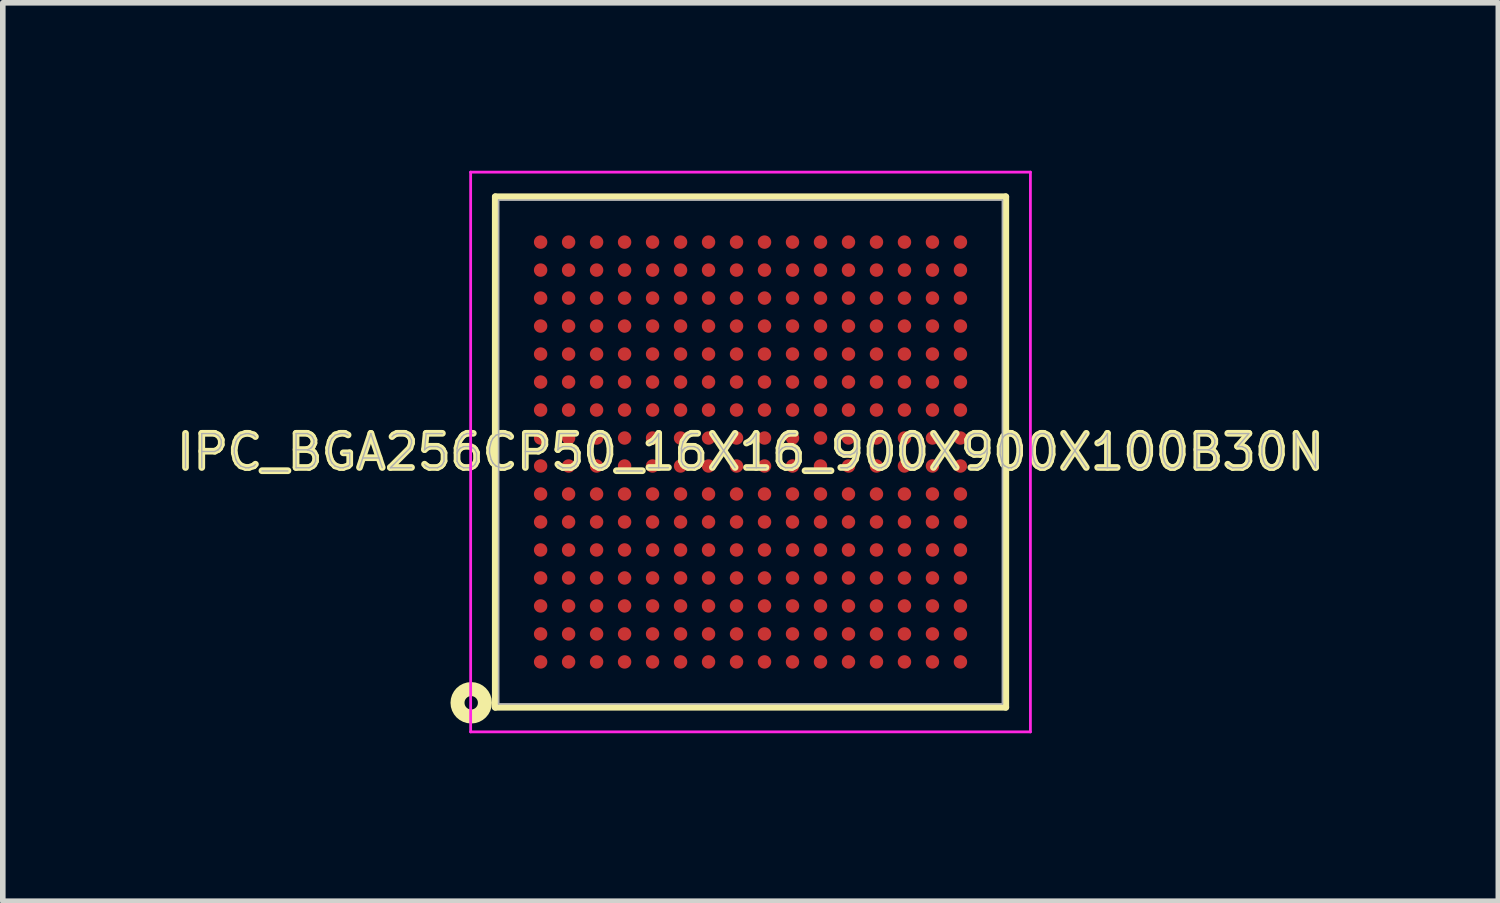
<source format=kicad_pcb>
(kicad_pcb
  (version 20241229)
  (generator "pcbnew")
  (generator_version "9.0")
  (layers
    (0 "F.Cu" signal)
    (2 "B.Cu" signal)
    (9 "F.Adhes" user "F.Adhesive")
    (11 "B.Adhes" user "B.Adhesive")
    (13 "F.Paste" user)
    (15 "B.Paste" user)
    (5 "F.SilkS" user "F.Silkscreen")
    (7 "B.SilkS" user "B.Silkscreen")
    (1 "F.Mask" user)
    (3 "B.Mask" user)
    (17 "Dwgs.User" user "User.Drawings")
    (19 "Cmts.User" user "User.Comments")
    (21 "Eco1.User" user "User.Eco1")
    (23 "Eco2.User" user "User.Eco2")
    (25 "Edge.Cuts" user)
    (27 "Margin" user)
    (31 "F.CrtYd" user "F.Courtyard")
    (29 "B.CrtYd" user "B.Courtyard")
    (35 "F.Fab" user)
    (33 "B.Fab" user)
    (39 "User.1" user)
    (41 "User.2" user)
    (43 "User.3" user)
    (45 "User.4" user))
  (footprint "IPC_BGA256CP50_16X16_900X900X100B30N"
    (layer "F.Cu")
    (at 10.358 5.025)
    (property "Reference" "IPC_BGA256CP50_16X16_900X900X100B30N" (at 0 0 0) (layer "F.SilkS") (effects (font (size 0.61 0.61) (thickness 0.12))))
    (attr smd)
    (fp_line (start -4.56 -4.56) (end -4.56 4.56) (stroke (width 0.12) (type solid)) (layer "F.SilkS"))
    (fp_line (start -4.56 4.56) (end 4.56 4.56) (stroke (width 0.12) (type solid)) (layer "F.SilkS"))
    (fp_line (start 4.56 -4.56) (end -4.56 -4.56) (stroke (width 0.12) (type solid)) (layer "F.SilkS"))
    (fp_line (start 4.56 4.56) (end 4.56 -4.56) (stroke (width 0.12) (type solid)) (layer "F.SilkS"))
    (fp_circle (center -4.99 4.48) (end -4.87 4.48) (stroke (width 0.25) (type solid)) (fill no) (layer "F.SilkS"))
    (fp_line (start -5 -5) (end 5 -5) (stroke (width 0.05) (type solid)) (layer "F.CrtYd"))
    (fp_line (start -5 5) (end -5 -5) (stroke (width 0.05) (type solid)) (layer "F.CrtYd"))
    (fp_line (start 5 -5) (end 5 5) (stroke (width 0.05) (type solid)) (layer "F.CrtYd"))
    (fp_line (start 5 5) (end -5 5) (stroke (width 0.05) (type solid)) (layer "F.CrtYd"))
    (fp_line (start -4.5 -4.5) (end 4.5 -4.5) (stroke (width 0.03) (type solid)) (layer "F.Fab"))
    (fp_line (start -4.5 4.5) (end -4.5 -4.5) (stroke (width 0.03) (type solid)) (layer "F.Fab"))
    (fp_line (start 4.5 -4.5) (end 4.5 4.5) (stroke (width 0.03) (type solid)) (layer "F.Fab"))
    (fp_line (start 4.5 4.5) (end -4.5 4.5) (stroke (width 0.03) (type solid)) (layer "F.Fab"))
    (fp_text user "${REFERENCE}" (at 0 0 0) (layer "F.Fab") (effects (font (size 0.61 0.61) (thickness 0.025))))
    (pad "A1" smd circle (at -3.75 3.75) (size 0.24 0.24) (layers "F.Cu" "F.Mask" "F.Paste"))
    (pad "A2" smd circle (at -3.75 3.25) (size 0.24 0.24) (layers "F.Cu" "F.Mask" "F.Paste"))
    (pad "A3" smd circle (at -3.75 2.75) (size 0.24 0.24) (layers "F.Cu" "F.Mask" "F.Paste"))
    (pad "A4" smd circle (at -3.75 2.25) (size 0.24 0.24) (layers "F.Cu" "F.Mask" "F.Paste"))
    (pad "A5" smd circle (at -3.75 1.75) (size 0.24 0.24) (layers "F.Cu" "F.Mask" "F.Paste"))
    (pad "A6" smd circle (at -3.75 1.25) (size 0.24 0.24) (layers "F.Cu" "F.Mask" "F.Paste"))
    (pad "A7" smd circle (at -3.75 0.75) (size 0.24 0.24) (layers "F.Cu" "F.Mask" "F.Paste"))
    (pad "A8" smd circle (at -3.75 0.25) (size 0.24 0.24) (layers "F.Cu" "F.Mask" "F.Paste"))
    (pad "A9" smd circle (at -3.75 -0.25) (size 0.24 0.24) (layers "F.Cu" "F.Mask" "F.Paste"))
    (pad "A10" smd circle (at -3.75 -0.75) (size 0.24 0.24) (layers "F.Cu" "F.Mask" "F.Paste"))
    (pad "A11" smd circle (at -3.75 -1.25) (size 0.24 0.24) (layers "F.Cu" "F.Mask" "F.Paste"))
    (pad "A12" smd circle (at -3.75 -1.75) (size 0.24 0.24) (layers "F.Cu" "F.Mask" "F.Paste"))
    (pad "A13" smd circle (at -3.75 -2.25) (size 0.24 0.24) (layers "F.Cu" "F.Mask" "F.Paste"))
    (pad "A14" smd circle (at -3.75 -2.75) (size 0.24 0.24) (layers "F.Cu" "F.Mask" "F.Paste"))
    (pad "A15" smd circle (at -3.75 -3.25) (size 0.24 0.24) (layers "F.Cu" "F.Mask" "F.Paste"))
    (pad "A16" smd circle (at -3.75 -3.75) (size 0.24 0.24) (layers "F.Cu" "F.Mask" "F.Paste"))
    (pad "B1" smd circle (at -3.25 3.75) (size 0.24 0.24) (layers "F.Cu" "F.Mask" "F.Paste"))
    (pad "B2" smd circle (at -3.25 3.25) (size 0.24 0.24) (layers "F.Cu" "F.Mask" "F.Paste"))
    (pad "B3" smd circle (at -3.25 2.75) (size 0.24 0.24) (layers "F.Cu" "F.Mask" "F.Paste"))
    (pad "B4" smd circle (at -3.25 2.25) (size 0.24 0.24) (layers "F.Cu" "F.Mask" "F.Paste"))
    (pad "B5" smd circle (at -3.25 1.75) (size 0.24 0.24) (layers "F.Cu" "F.Mask" "F.Paste"))
    (pad "B6" smd circle (at -3.25 1.25) (size 0.24 0.24) (layers "F.Cu" "F.Mask" "F.Paste"))
    (pad "B7" smd circle (at -3.25 0.75) (size 0.24 0.24) (layers "F.Cu" "F.Mask" "F.Paste"))
    (pad "B8" smd circle (at -3.25 0.25) (size 0.24 0.24) (layers "F.Cu" "F.Mask" "F.Paste"))
    (pad "B9" smd circle (at -3.25 -0.25) (size 0.24 0.24) (layers "F.Cu" "F.Mask" "F.Paste"))
    (pad "B10" smd circle (at -3.25 -0.75) (size 0.24 0.24) (layers "F.Cu" "F.Mask" "F.Paste"))
    (pad "B11" smd circle (at -3.25 -1.25) (size 0.24 0.24) (layers "F.Cu" "F.Mask" "F.Paste"))
    (pad "B12" smd circle (at -3.25 -1.75) (size 0.24 0.24) (layers "F.Cu" "F.Mask" "F.Paste"))
    (pad "B13" smd circle (at -3.25 -2.25) (size 0.24 0.24) (layers "F.Cu" "F.Mask" "F.Paste"))
    (pad "B14" smd circle (at -3.25 -2.75) (size 0.24 0.24) (layers "F.Cu" "F.Mask" "F.Paste"))
    (pad "B15" smd circle (at -3.25 -3.25) (size 0.24 0.24) (layers "F.Cu" "F.Mask" "F.Paste"))
    (pad "B16" smd circle (at -3.25 -3.75) (size 0.24 0.24) (layers "F.Cu" "F.Mask" "F.Paste"))
    (pad "C1" smd circle (at -2.75 3.75) (size 0.24 0.24) (layers "F.Cu" "F.Mask" "F.Paste"))
    (pad "C2" smd circle (at -2.75 3.25) (size 0.24 0.24) (layers "F.Cu" "F.Mask" "F.Paste"))
    (pad "C3" smd circle (at -2.75 2.75) (size 0.24 0.24) (layers "F.Cu" "F.Mask" "F.Paste"))
    (pad "C4" smd circle (at -2.75 2.25) (size 0.24 0.24) (layers "F.Cu" "F.Mask" "F.Paste"))
    (pad "C5" smd circle (at -2.75 1.75) (size 0.24 0.24) (layers "F.Cu" "F.Mask" "F.Paste"))
    (pad "C6" smd circle (at -2.75 1.25) (size 0.24 0.24) (layers "F.Cu" "F.Mask" "F.Paste"))
    (pad "C7" smd circle (at -2.75 0.75) (size 0.24 0.24) (layers "F.Cu" "F.Mask" "F.Paste"))
    (pad "C8" smd circle (at -2.75 0.25) (size 0.24 0.24) (layers "F.Cu" "F.Mask" "F.Paste"))
    (pad "C9" smd circle (at -2.75 -0.25) (size 0.24 0.24) (layers "F.Cu" "F.Mask" "F.Paste"))
    (pad "C10" smd circle (at -2.75 -0.75) (size 0.24 0.24) (layers "F.Cu" "F.Mask" "F.Paste"))
    (pad "C11" smd circle (at -2.75 -1.25) (size 0.24 0.24) (layers "F.Cu" "F.Mask" "F.Paste"))
    (pad "C12" smd circle (at -2.75 -1.75) (size 0.24 0.24) (layers "F.Cu" "F.Mask" "F.Paste"))
    (pad "C13" smd circle (at -2.75 -2.25) (size 0.24 0.24) (layers "F.Cu" "F.Mask" "F.Paste"))
    (pad "C14" smd circle (at -2.75 -2.75) (size 0.24 0.24) (layers "F.Cu" "F.Mask" "F.Paste"))
    (pad "C15" smd circle (at -2.75 -3.25) (size 0.24 0.24) (layers "F.Cu" "F.Mask" "F.Paste"))
    (pad "C16" smd circle (at -2.75 -3.75) (size 0.24 0.24) (layers "F.Cu" "F.Mask" "F.Paste"))
    (pad "D1" smd circle (at -2.25 3.75) (size 0.24 0.24) (layers "F.Cu" "F.Mask" "F.Paste"))
    (pad "D2" smd circle (at -2.25 3.25) (size 0.24 0.24) (layers "F.Cu" "F.Mask" "F.Paste"))
    (pad "D3" smd circle (at -2.25 2.75) (size 0.24 0.24) (layers "F.Cu" "F.Mask" "F.Paste"))
    (pad "D4" smd circle (at -2.25 2.25) (size 0.24 0.24) (layers "F.Cu" "F.Mask" "F.Paste"))
    (pad "D5" smd circle (at -2.25 1.75) (size 0.24 0.24) (layers "F.Cu" "F.Mask" "F.Paste"))
    (pad "D6" smd circle (at -2.25 1.25) (size 0.24 0.24) (layers "F.Cu" "F.Mask" "F.Paste"))
    (pad "D7" smd circle (at -2.25 0.75) (size 0.24 0.24) (layers "F.Cu" "F.Mask" "F.Paste"))
    (pad "D8" smd circle (at -2.25 0.25) (size 0.24 0.24) (layers "F.Cu" "F.Mask" "F.Paste"))
    (pad "D9" smd circle (at -2.25 -0.25) (size 0.24 0.24) (layers "F.Cu" "F.Mask" "F.Paste"))
    (pad "D10" smd circle (at -2.25 -0.75) (size 0.24 0.24) (layers "F.Cu" "F.Mask" "F.Paste"))
    (pad "D11" smd circle (at -2.25 -1.25) (size 0.24 0.24) (layers "F.Cu" "F.Mask" "F.Paste"))
    (pad "D12" smd circle (at -2.25 -1.75) (size 0.24 0.24) (layers "F.Cu" "F.Mask" "F.Paste"))
    (pad "D13" smd circle (at -2.25 -2.25) (size 0.24 0.24) (layers "F.Cu" "F.Mask" "F.Paste"))
    (pad "D14" smd circle (at -2.25 -2.75) (size 0.24 0.24) (layers "F.Cu" "F.Mask" "F.Paste"))
    (pad "D15" smd circle (at -2.25 -3.25) (size 0.24 0.24) (layers "F.Cu" "F.Mask" "F.Paste"))
    (pad "D16" smd circle (at -2.25 -3.75) (size 0.24 0.24) (layers "F.Cu" "F.Mask" "F.Paste"))
    (pad "E1" smd circle (at -1.75 3.75) (size 0.24 0.24) (layers "F.Cu" "F.Mask" "F.Paste"))
    (pad "E2" smd circle (at -1.75 3.25) (size 0.24 0.24) (layers "F.Cu" "F.Mask" "F.Paste"))
    (pad "E3" smd circle (at -1.75 2.75) (size 0.24 0.24) (layers "F.Cu" "F.Mask" "F.Paste"))
    (pad "E4" smd circle (at -1.75 2.25) (size 0.24 0.24) (layers "F.Cu" "F.Mask" "F.Paste"))
    (pad "E5" smd circle (at -1.75 1.75) (size 0.24 0.24) (layers "F.Cu" "F.Mask" "F.Paste"))
    (pad "E6" smd circle (at -1.75 1.25) (size 0.24 0.24) (layers "F.Cu" "F.Mask" "F.Paste"))
    (pad "E7" smd circle (at -1.75 0.75) (size 0.24 0.24) (layers "F.Cu" "F.Mask" "F.Paste"))
    (pad "E8" smd circle (at -1.75 0.25) (size 0.24 0.24) (layers "F.Cu" "F.Mask" "F.Paste"))
    (pad "E9" smd circle (at -1.75 -0.25) (size 0.24 0.24) (layers "F.Cu" "F.Mask" "F.Paste"))
    (pad "E10" smd circle (at -1.75 -0.75) (size 0.24 0.24) (layers "F.Cu" "F.Mask" "F.Paste"))
    (pad "E11" smd circle (at -1.75 -1.25) (size 0.24 0.24) (layers "F.Cu" "F.Mask" "F.Paste"))
    (pad "E12" smd circle (at -1.75 -1.75) (size 0.24 0.24) (layers "F.Cu" "F.Mask" "F.Paste"))
    (pad "E13" smd circle (at -1.75 -2.25) (size 0.24 0.24) (layers "F.Cu" "F.Mask" "F.Paste"))
    (pad "E14" smd circle (at -1.75 -2.75) (size 0.24 0.24) (layers "F.Cu" "F.Mask" "F.Paste"))
    (pad "E15" smd circle (at -1.75 -3.25) (size 0.24 0.24) (layers "F.Cu" "F.Mask" "F.Paste"))
    (pad "E16" smd circle (at -1.75 -3.75) (size 0.24 0.24) (layers "F.Cu" "F.Mask" "F.Paste"))
    (pad "F1" smd circle (at -1.25 3.75) (size 0.24 0.24) (layers "F.Cu" "F.Mask" "F.Paste"))
    (pad "F2" smd circle (at -1.25 3.25) (size 0.24 0.24) (layers "F.Cu" "F.Mask" "F.Paste"))
    (pad "F3" smd circle (at -1.25 2.75) (size 0.24 0.24) (layers "F.Cu" "F.Mask" "F.Paste"))
    (pad "F4" smd circle (at -1.25 2.25) (size 0.24 0.24) (layers "F.Cu" "F.Mask" "F.Paste"))
    (pad "F5" smd circle (at -1.25 1.75) (size 0.24 0.24) (layers "F.Cu" "F.Mask" "F.Paste"))
    (pad "F6" smd circle (at -1.25 1.25) (size 0.24 0.24) (layers "F.Cu" "F.Mask" "F.Paste"))
    (pad "F7" smd circle (at -1.25 0.75) (size 0.24 0.24) (layers "F.Cu" "F.Mask" "F.Paste"))
    (pad "F8" smd circle (at -1.25 0.25) (size 0.24 0.24) (layers "F.Cu" "F.Mask" "F.Paste"))
    (pad "F9" smd circle (at -1.25 -0.25) (size 0.24 0.24) (layers "F.Cu" "F.Mask" "F.Paste"))
    (pad "F10" smd circle (at -1.25 -0.75) (size 0.24 0.24) (layers "F.Cu" "F.Mask" "F.Paste"))
    (pad "F11" smd circle (at -1.25 -1.25) (size 0.24 0.24) (layers "F.Cu" "F.Mask" "F.Paste"))
    (pad "F12" smd circle (at -1.25 -1.75) (size 0.24 0.24) (layers "F.Cu" "F.Mask" "F.Paste"))
    (pad "F13" smd circle (at -1.25 -2.25) (size 0.24 0.24) (layers "F.Cu" "F.Mask" "F.Paste"))
    (pad "F14" smd circle (at -1.25 -2.75) (size 0.24 0.24) (layers "F.Cu" "F.Mask" "F.Paste"))
    (pad "F15" smd circle (at -1.25 -3.25) (size 0.24 0.24) (layers "F.Cu" "F.Mask" "F.Paste"))
    (pad "F16" smd circle (at -1.25 -3.75) (size 0.24 0.24) (layers "F.Cu" "F.Mask" "F.Paste"))
    (pad "G1" smd circle (at -0.75 3.75) (size 0.24 0.24) (layers "F.Cu" "F.Mask" "F.Paste"))
    (pad "G2" smd circle (at -0.75 3.25) (size 0.24 0.24) (layers "F.Cu" "F.Mask" "F.Paste"))
    (pad "G3" smd circle (at -0.75 2.75) (size 0.24 0.24) (layers "F.Cu" "F.Mask" "F.Paste"))
    (pad "G4" smd circle (at -0.75 2.25) (size 0.24 0.24) (layers "F.Cu" "F.Mask" "F.Paste"))
    (pad "G5" smd circle (at -0.75 1.75) (size 0.24 0.24) (layers "F.Cu" "F.Mask" "F.Paste"))
    (pad "G6" smd circle (at -0.75 1.25) (size 0.24 0.24) (layers "F.Cu" "F.Mask" "F.Paste"))
    (pad "G7" smd circle (at -0.75 0.75) (size 0.24 0.24) (layers "F.Cu" "F.Mask" "F.Paste"))
    (pad "G8" smd circle (at -0.75 0.25) (size 0.24 0.24) (layers "F.Cu" "F.Mask" "F.Paste"))
    (pad "G9" smd circle (at -0.75 -0.25) (size 0.24 0.24) (layers "F.Cu" "F.Mask" "F.Paste"))
    (pad "G10" smd circle (at -0.75 -0.75) (size 0.24 0.24) (layers "F.Cu" "F.Mask" "F.Paste"))
    (pad "G11" smd circle (at -0.75 -1.25) (size 0.24 0.24) (layers "F.Cu" "F.Mask" "F.Paste"))
    (pad "G12" smd circle (at -0.75 -1.75) (size 0.24 0.24) (layers "F.Cu" "F.Mask" "F.Paste"))
    (pad "G13" smd circle (at -0.75 -2.25) (size 0.24 0.24) (layers "F.Cu" "F.Mask" "F.Paste"))
    (pad "G14" smd circle (at -0.75 -2.75) (size 0.24 0.24) (layers "F.Cu" "F.Mask" "F.Paste"))
    (pad "G15" smd circle (at -0.75 -3.25) (size 0.24 0.24) (layers "F.Cu" "F.Mask" "F.Paste"))
    (pad "G16" smd circle (at -0.75 -3.75) (size 0.24 0.24) (layers "F.Cu" "F.Mask" "F.Paste"))
    (pad "H1" smd circle (at -0.25 3.75) (size 0.24 0.24) (layers "F.Cu" "F.Mask" "F.Paste"))
    (pad "H2" smd circle (at -0.25 3.25) (size 0.24 0.24) (layers "F.Cu" "F.Mask" "F.Paste"))
    (pad "H3" smd circle (at -0.25 2.75) (size 0.24 0.24) (layers "F.Cu" "F.Mask" "F.Paste"))
    (pad "H4" smd circle (at -0.25 2.25) (size 0.24 0.24) (layers "F.Cu" "F.Mask" "F.Paste"))
    (pad "H5" smd circle (at -0.25 1.75) (size 0.24 0.24) (layers "F.Cu" "F.Mask" "F.Paste"))
    (pad "H6" smd circle (at -0.25 1.25) (size 0.24 0.24) (layers "F.Cu" "F.Mask" "F.Paste"))
    (pad "H7" smd circle (at -0.25 0.75) (size 0.24 0.24) (layers "F.Cu" "F.Mask" "F.Paste"))
    (pad "H8" smd circle (at -0.25 0.25) (size 0.24 0.24) (layers "F.Cu" "F.Mask" "F.Paste"))
    (pad "H9" smd circle (at -0.25 -0.25) (size 0.24 0.24) (layers "F.Cu" "F.Mask" "F.Paste"))
    (pad "H10" smd circle (at -0.25 -0.75) (size 0.24 0.24) (layers "F.Cu" "F.Mask" "F.Paste"))
    (pad "H11" smd circle (at -0.25 -1.25) (size 0.24 0.24) (layers "F.Cu" "F.Mask" "F.Paste"))
    (pad "H12" smd circle (at -0.25 -1.75) (size 0.24 0.24) (layers "F.Cu" "F.Mask" "F.Paste"))
    (pad "H13" smd circle (at -0.25 -2.25) (size 0.24 0.24) (layers "F.Cu" "F.Mask" "F.Paste"))
    (pad "H14" smd circle (at -0.25 -2.75) (size 0.24 0.24) (layers "F.Cu" "F.Mask" "F.Paste"))
    (pad "H15" smd circle (at -0.25 -3.25) (size 0.24 0.24) (layers "F.Cu" "F.Mask" "F.Paste"))
    (pad "H16" smd circle (at -0.25 -3.75) (size 0.24 0.24) (layers "F.Cu" "F.Mask" "F.Paste"))
    (pad "J1" smd circle (at 0.25 3.75) (size 0.24 0.24) (layers "F.Cu" "F.Mask" "F.Paste"))
    (pad "J2" smd circle (at 0.25 3.25) (size 0.24 0.24) (layers "F.Cu" "F.Mask" "F.Paste"))
    (pad "J3" smd circle (at 0.25 2.75) (size 0.24 0.24) (layers "F.Cu" "F.Mask" "F.Paste"))
    (pad "J4" smd circle (at 0.25 2.25) (size 0.24 0.24) (layers "F.Cu" "F.Mask" "F.Paste"))
    (pad "J5" smd circle (at 0.25 1.75) (size 0.24 0.24) (layers "F.Cu" "F.Mask" "F.Paste"))
    (pad "J6" smd circle (at 0.25 1.25) (size 0.24 0.24) (layers "F.Cu" "F.Mask" "F.Paste"))
    (pad "J7" smd circle (at 0.25 0.75) (size 0.24 0.24) (layers "F.Cu" "F.Mask" "F.Paste"))
    (pad "J8" smd circle (at 0.25 0.25) (size 0.24 0.24) (layers "F.Cu" "F.Mask" "F.Paste"))
    (pad "J9" smd circle (at 0.25 -0.25) (size 0.24 0.24) (layers "F.Cu" "F.Mask" "F.Paste"))
    (pad "J10" smd circle (at 0.25 -0.75) (size 0.24 0.24) (layers "F.Cu" "F.Mask" "F.Paste"))
    (pad "J11" smd circle (at 0.25 -1.25) (size 0.24 0.24) (layers "F.Cu" "F.Mask" "F.Paste"))
    (pad "J12" smd circle (at 0.25 -1.75) (size 0.24 0.24) (layers "F.Cu" "F.Mask" "F.Paste"))
    (pad "J13" smd circle (at 0.25 -2.25) (size 0.24 0.24) (layers "F.Cu" "F.Mask" "F.Paste"))
    (pad "J14" smd circle (at 0.25 -2.75) (size 0.24 0.24) (layers "F.Cu" "F.Mask" "F.Paste"))
    (pad "J15" smd circle (at 0.25 -3.25) (size 0.24 0.24) (layers "F.Cu" "F.Mask" "F.Paste"))
    (pad "J16" smd circle (at 0.25 -3.75) (size 0.24 0.24) (layers "F.Cu" "F.Mask" "F.Paste"))
    (pad "K1" smd circle (at 0.75 3.75) (size 0.24 0.24) (layers "F.Cu" "F.Mask" "F.Paste"))
    (pad "K2" smd circle (at 0.75 3.25) (size 0.24 0.24) (layers "F.Cu" "F.Mask" "F.Paste"))
    (pad "K3" smd circle (at 0.75 2.75) (size 0.24 0.24) (layers "F.Cu" "F.Mask" "F.Paste"))
    (pad "K4" smd circle (at 0.75 2.25) (size 0.24 0.24) (layers "F.Cu" "F.Mask" "F.Paste"))
    (pad "K5" smd circle (at 0.75 1.75) (size 0.24 0.24) (layers "F.Cu" "F.Mask" "F.Paste"))
    (pad "K6" smd circle (at 0.75 1.25) (size 0.24 0.24) (layers "F.Cu" "F.Mask" "F.Paste"))
    (pad "K7" smd circle (at 0.75 0.75) (size 0.24 0.24) (layers "F.Cu" "F.Mask" "F.Paste"))
    (pad "K8" smd circle (at 0.75 0.25) (size 0.24 0.24) (layers "F.Cu" "F.Mask" "F.Paste"))
    (pad "K9" smd circle (at 0.75 -0.25) (size 0.24 0.24) (layers "F.Cu" "F.Mask" "F.Paste"))
    (pad "K10" smd circle (at 0.75 -0.75) (size 0.24 0.24) (layers "F.Cu" "F.Mask" "F.Paste"))
    (pad "K11" smd circle (at 0.75 -1.25) (size 0.24 0.24) (layers "F.Cu" "F.Mask" "F.Paste"))
    (pad "K12" smd circle (at 0.75 -1.75) (size 0.24 0.24) (layers "F.Cu" "F.Mask" "F.Paste"))
    (pad "K13" smd circle (at 0.75 -2.25) (size 0.24 0.24) (layers "F.Cu" "F.Mask" "F.Paste"))
    (pad "K14" smd circle (at 0.75 -2.75) (size 0.24 0.24) (layers "F.Cu" "F.Mask" "F.Paste"))
    (pad "K15" smd circle (at 0.75 -3.25) (size 0.24 0.24) (layers "F.Cu" "F.Mask" "F.Paste"))
    (pad "K16" smd circle (at 0.75 -3.75) (size 0.24 0.24) (layers "F.Cu" "F.Mask" "F.Paste"))
    (pad "L1" smd circle (at 1.25 3.75) (size 0.24 0.24) (layers "F.Cu" "F.Mask" "F.Paste"))
    (pad "L2" smd circle (at 1.25 3.25) (size 0.24 0.24) (layers "F.Cu" "F.Mask" "F.Paste"))
    (pad "L3" smd circle (at 1.25 2.75) (size 0.24 0.24) (layers "F.Cu" "F.Mask" "F.Paste"))
    (pad "L4" smd circle (at 1.25 2.25) (size 0.24 0.24) (layers "F.Cu" "F.Mask" "F.Paste"))
    (pad "L5" smd circle (at 1.25 1.75) (size 0.24 0.24) (layers "F.Cu" "F.Mask" "F.Paste"))
    (pad "L6" smd circle (at 1.25 1.25) (size 0.24 0.24) (layers "F.Cu" "F.Mask" "F.Paste"))
    (pad "L7" smd circle (at 1.25 0.75) (size 0.24 0.24) (layers "F.Cu" "F.Mask" "F.Paste"))
    (pad "L8" smd circle (at 1.25 0.25) (size 0.24 0.24) (layers "F.Cu" "F.Mask" "F.Paste"))
    (pad "L9" smd circle (at 1.25 -0.25) (size 0.24 0.24) (layers "F.Cu" "F.Mask" "F.Paste"))
    (pad "L10" smd circle (at 1.25 -0.75) (size 0.24 0.24) (layers "F.Cu" "F.Mask" "F.Paste"))
    (pad "L11" smd circle (at 1.25 -1.25) (size 0.24 0.24) (layers "F.Cu" "F.Mask" "F.Paste"))
    (pad "L12" smd circle (at 1.25 -1.75) (size 0.24 0.24) (layers "F.Cu" "F.Mask" "F.Paste"))
    (pad "L13" smd circle (at 1.25 -2.25) (size 0.24 0.24) (layers "F.Cu" "F.Mask" "F.Paste"))
    (pad "L14" smd circle (at 1.25 -2.75) (size 0.24 0.24) (layers "F.Cu" "F.Mask" "F.Paste"))
    (pad "L15" smd circle (at 1.25 -3.25) (size 0.24 0.24) (layers "F.Cu" "F.Mask" "F.Paste"))
    (pad "L16" smd circle (at 1.25 -3.75) (size 0.24 0.24) (layers "F.Cu" "F.Mask" "F.Paste"))
    (pad "M1" smd circle (at 1.75 3.75) (size 0.24 0.24) (layers "F.Cu" "F.Mask" "F.Paste"))
    (pad "M2" smd circle (at 1.75 3.25) (size 0.24 0.24) (layers "F.Cu" "F.Mask" "F.Paste"))
    (pad "M3" smd circle (at 1.75 2.75) (size 0.24 0.24) (layers "F.Cu" "F.Mask" "F.Paste"))
    (pad "M4" smd circle (at 1.75 2.25) (size 0.24 0.24) (layers "F.Cu" "F.Mask" "F.Paste"))
    (pad "M5" smd circle (at 1.75 1.75) (size 0.24 0.24) (layers "F.Cu" "F.Mask" "F.Paste"))
    (pad "M6" smd circle (at 1.75 1.25) (size 0.24 0.24) (layers "F.Cu" "F.Mask" "F.Paste"))
    (pad "M7" smd circle (at 1.75 0.75) (size 0.24 0.24) (layers "F.Cu" "F.Mask" "F.Paste"))
    (pad "M8" smd circle (at 1.75 0.25) (size 0.24 0.24) (layers "F.Cu" "F.Mask" "F.Paste"))
    (pad "M9" smd circle (at 1.75 -0.25) (size 0.24 0.24) (layers "F.Cu" "F.Mask" "F.Paste"))
    (pad "M10" smd circle (at 1.75 -0.75) (size 0.24 0.24) (layers "F.Cu" "F.Mask" "F.Paste"))
    (pad "M11" smd circle (at 1.75 -1.25) (size 0.24 0.24) (layers "F.Cu" "F.Mask" "F.Paste"))
    (pad "M12" smd circle (at 1.75 -1.75) (size 0.24 0.24) (layers "F.Cu" "F.Mask" "F.Paste"))
    (pad "M13" smd circle (at 1.75 -2.25) (size 0.24 0.24) (layers "F.Cu" "F.Mask" "F.Paste"))
    (pad "M14" smd circle (at 1.75 -2.75) (size 0.24 0.24) (layers "F.Cu" "F.Mask" "F.Paste"))
    (pad "M15" smd circle (at 1.75 -3.25) (size 0.24 0.24) (layers "F.Cu" "F.Mask" "F.Paste"))
    (pad "M16" smd circle (at 1.75 -3.75) (size 0.24 0.24) (layers "F.Cu" "F.Mask" "F.Paste"))
    (pad "N1" smd circle (at 2.25 3.75) (size 0.24 0.24) (layers "F.Cu" "F.Mask" "F.Paste"))
    (pad "N2" smd circle (at 2.25 3.25) (size 0.24 0.24) (layers "F.Cu" "F.Mask" "F.Paste"))
    (pad "N3" smd circle (at 2.25 2.75) (size 0.24 0.24) (layers "F.Cu" "F.Mask" "F.Paste"))
    (pad "N4" smd circle (at 2.25 2.25) (size 0.24 0.24) (layers "F.Cu" "F.Mask" "F.Paste"))
    (pad "N5" smd circle (at 2.25 1.75) (size 0.24 0.24) (layers "F.Cu" "F.Mask" "F.Paste"))
    (pad "N6" smd circle (at 2.25 1.25) (size 0.24 0.24) (layers "F.Cu" "F.Mask" "F.Paste"))
    (pad "N7" smd circle (at 2.25 0.75) (size 0.24 0.24) (layers "F.Cu" "F.Mask" "F.Paste"))
    (pad "N8" smd circle (at 2.25 0.25) (size 0.24 0.24) (layers "F.Cu" "F.Mask" "F.Paste"))
    (pad "N9" smd circle (at 2.25 -0.25) (size 0.24 0.24) (layers "F.Cu" "F.Mask" "F.Paste"))
    (pad "N10" smd circle (at 2.25 -0.75) (size 0.24 0.24) (layers "F.Cu" "F.Mask" "F.Paste"))
    (pad "N11" smd circle (at 2.25 -1.25) (size 0.24 0.24) (layers "F.Cu" "F.Mask" "F.Paste"))
    (pad "N12" smd circle (at 2.25 -1.75) (size 0.24 0.24) (layers "F.Cu" "F.Mask" "F.Paste"))
    (pad "N13" smd circle (at 2.25 -2.25) (size 0.24 0.24) (layers "F.Cu" "F.Mask" "F.Paste"))
    (pad "N14" smd circle (at 2.25 -2.75) (size 0.24 0.24) (layers "F.Cu" "F.Mask" "F.Paste"))
    (pad "N15" smd circle (at 2.25 -3.25) (size 0.24 0.24) (layers "F.Cu" "F.Mask" "F.Paste"))
    (pad "N16" smd circle (at 2.25 -3.75) (size 0.24 0.24) (layers "F.Cu" "F.Mask" "F.Paste"))
    (pad "P1" smd circle (at 2.75 3.75) (size 0.24 0.24) (layers "F.Cu" "F.Mask" "F.Paste"))
    (pad "P2" smd circle (at 2.75 3.25) (size 0.24 0.24) (layers "F.Cu" "F.Mask" "F.Paste"))
    (pad "P3" smd circle (at 2.75 2.75) (size 0.24 0.24) (layers "F.Cu" "F.Mask" "F.Paste"))
    (pad "P4" smd circle (at 2.75 2.25) (size 0.24 0.24) (layers "F.Cu" "F.Mask" "F.Paste"))
    (pad "P5" smd circle (at 2.75 1.75) (size 0.24 0.24) (layers "F.Cu" "F.Mask" "F.Paste"))
    (pad "P6" smd circle (at 2.75 1.25) (size 0.24 0.24) (layers "F.Cu" "F.Mask" "F.Paste"))
    (pad "P7" smd circle (at 2.75 0.75) (size 0.24 0.24) (layers "F.Cu" "F.Mask" "F.Paste"))
    (pad "P8" smd circle (at 2.75 0.25) (size 0.24 0.24) (layers "F.Cu" "F.Mask" "F.Paste"))
    (pad "P9" smd circle (at 2.75 -0.25) (size 0.24 0.24) (layers "F.Cu" "F.Mask" "F.Paste"))
    (pad "P10" smd circle (at 2.75 -0.75) (size 0.24 0.24) (layers "F.Cu" "F.Mask" "F.Paste"))
    (pad "P11" smd circle (at 2.75 -1.25) (size 0.24 0.24) (layers "F.Cu" "F.Mask" "F.Paste"))
    (pad "P12" smd circle (at 2.75 -1.75) (size 0.24 0.24) (layers "F.Cu" "F.Mask" "F.Paste"))
    (pad "P13" smd circle (at 2.75 -2.25) (size 0.24 0.24) (layers "F.Cu" "F.Mask" "F.Paste"))
    (pad "P14" smd circle (at 2.75 -2.75) (size 0.24 0.24) (layers "F.Cu" "F.Mask" "F.Paste"))
    (pad "P15" smd circle (at 2.75 -3.25) (size 0.24 0.24) (layers "F.Cu" "F.Mask" "F.Paste"))
    (pad "P16" smd circle (at 2.75 -3.75) (size 0.24 0.24) (layers "F.Cu" "F.Mask" "F.Paste"))
    (pad "R1" smd circle (at 3.25 3.75) (size 0.24 0.24) (layers "F.Cu" "F.Mask" "F.Paste"))
    (pad "R2" smd circle (at 3.25 3.25) (size 0.24 0.24) (layers "F.Cu" "F.Mask" "F.Paste"))
    (pad "R3" smd circle (at 3.25 2.75) (size 0.24 0.24) (layers "F.Cu" "F.Mask" "F.Paste"))
    (pad "R4" smd circle (at 3.25 2.25) (size 0.24 0.24) (layers "F.Cu" "F.Mask" "F.Paste"))
    (pad "R5" smd circle (at 3.25 1.75) (size 0.24 0.24) (layers "F.Cu" "F.Mask" "F.Paste"))
    (pad "R6" smd circle (at 3.25 1.25) (size 0.24 0.24) (layers "F.Cu" "F.Mask" "F.Paste"))
    (pad "R7" smd circle (at 3.25 0.75) (size 0.24 0.24) (layers "F.Cu" "F.Mask" "F.Paste"))
    (pad "R8" smd circle (at 3.25 0.25) (size 0.24 0.24) (layers "F.Cu" "F.Mask" "F.Paste"))
    (pad "R9" smd circle (at 3.25 -0.25) (size 0.24 0.24) (layers "F.Cu" "F.Mask" "F.Paste"))
    (pad "R10" smd circle (at 3.25 -0.75) (size 0.24 0.24) (layers "F.Cu" "F.Mask" "F.Paste"))
    (pad "R11" smd circle (at 3.25 -1.25) (size 0.24 0.24) (layers "F.Cu" "F.Mask" "F.Paste"))
    (pad "R12" smd circle (at 3.25 -1.75) (size 0.24 0.24) (layers "F.Cu" "F.Mask" "F.Paste"))
    (pad "R13" smd circle (at 3.25 -2.25) (size 0.24 0.24) (layers "F.Cu" "F.Mask" "F.Paste"))
    (pad "R14" smd circle (at 3.25 -2.75) (size 0.24 0.24) (layers "F.Cu" "F.Mask" "F.Paste"))
    (pad "R15" smd circle (at 3.25 -3.25) (size 0.24 0.24) (layers "F.Cu" "F.Mask" "F.Paste"))
    (pad "R16" smd circle (at 3.25 -3.75) (size 0.24 0.24) (layers "F.Cu" "F.Mask" "F.Paste"))
    (pad "T1" smd circle (at 3.75 3.75) (size 0.24 0.24) (layers "F.Cu" "F.Mask" "F.Paste"))
    (pad "T2" smd circle (at 3.75 3.25) (size 0.24 0.24) (layers "F.Cu" "F.Mask" "F.Paste"))
    (pad "T3" smd circle (at 3.75 2.75) (size 0.24 0.24) (layers "F.Cu" "F.Mask" "F.Paste"))
    (pad "T4" smd circle (at 3.75 2.25) (size 0.24 0.24) (layers "F.Cu" "F.Mask" "F.Paste"))
    (pad "T5" smd circle (at 3.75 1.75) (size 0.24 0.24) (layers "F.Cu" "F.Mask" "F.Paste"))
    (pad "T6" smd circle (at 3.75 1.25) (size 0.24 0.24) (layers "F.Cu" "F.Mask" "F.Paste"))
    (pad "T7" smd circle (at 3.75 0.75) (size 0.24 0.24) (layers "F.Cu" "F.Mask" "F.Paste"))
    (pad "T8" smd circle (at 3.75 0.25) (size 0.24 0.24) (layers "F.Cu" "F.Mask" "F.Paste"))
    (pad "T9" smd circle (at 3.75 -0.25) (size 0.24 0.24) (layers "F.Cu" "F.Mask" "F.Paste"))
    (pad "T10" smd circle (at 3.75 -0.75) (size 0.24 0.24) (layers "F.Cu" "F.Mask" "F.Paste"))
    (pad "T11" smd circle (at 3.75 -1.25) (size 0.24 0.24) (layers "F.Cu" "F.Mask" "F.Paste"))
    (pad "T12" smd circle (at 3.75 -1.75) (size 0.24 0.24) (layers "F.Cu" "F.Mask" "F.Paste"))
    (pad "T13" smd circle (at 3.75 -2.25) (size 0.24 0.24) (layers "F.Cu" "F.Mask" "F.Paste"))
    (pad "T14" smd circle (at 3.75 -2.75) (size 0.24 0.24) (layers "F.Cu" "F.Mask" "F.Paste"))
    (pad "T15" smd circle (at 3.75 -3.25) (size 0.24 0.24) (layers "F.Cu" "F.Mask" "F.Paste"))
    (pad "T16" smd circle (at 3.75 -3.75) (size 0.24 0.24) (layers "F.Cu" "F.Mask" "F.Paste")))
  (gr_rect
    (start -3 -3)
    (end 23.717 13.05)
    (stroke (width 0.1) (type default))
    (fill no)
    (layer "Edge.Cuts")))
</source>
